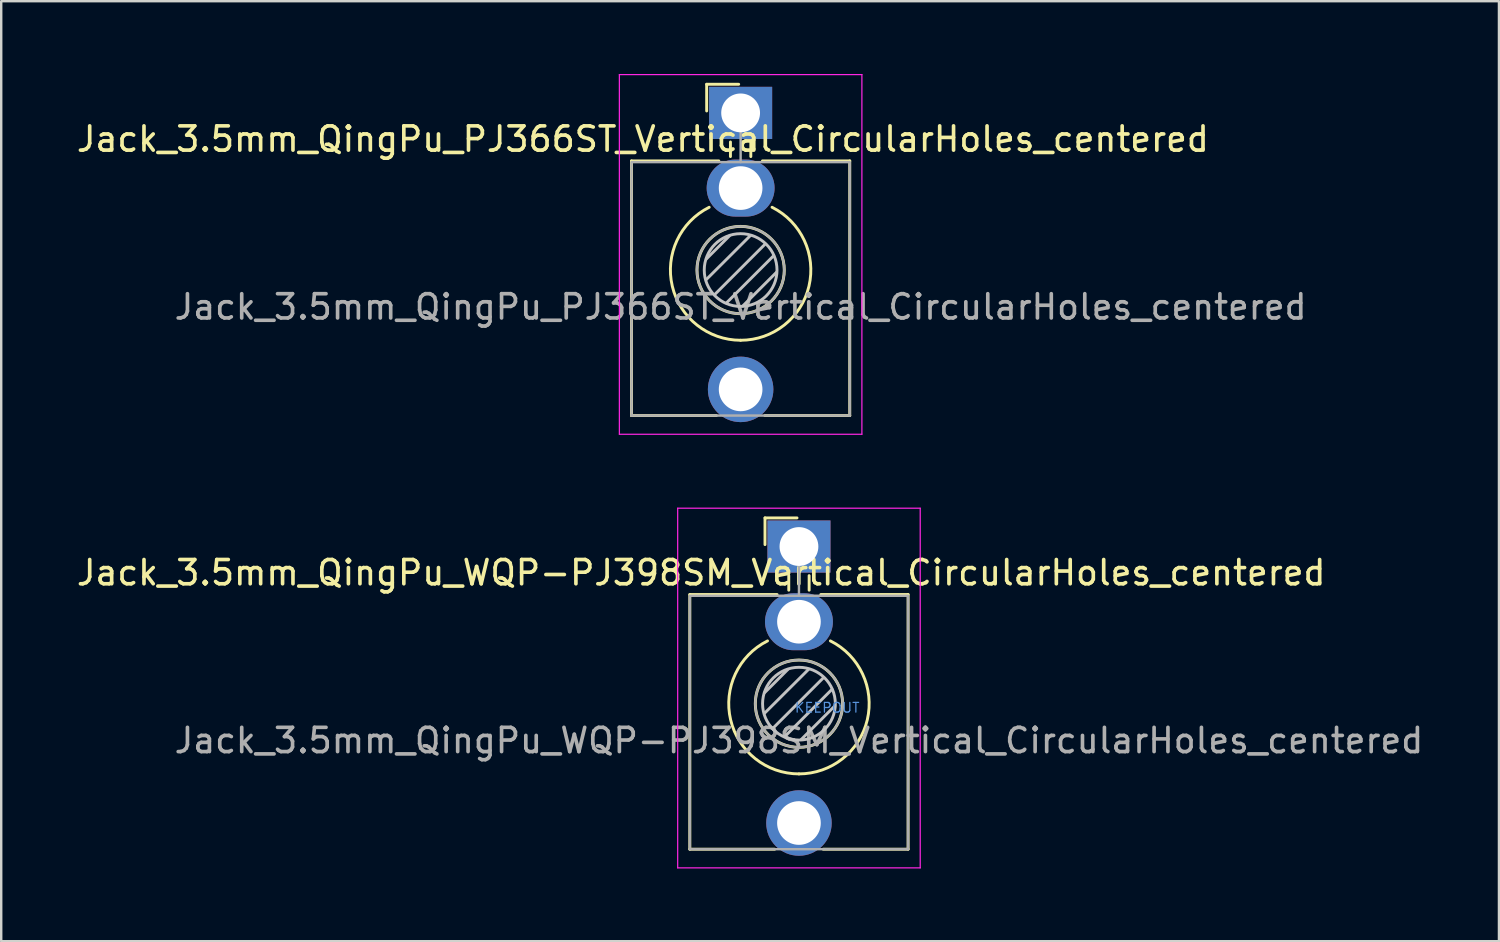
<source format=kicad_pcb>
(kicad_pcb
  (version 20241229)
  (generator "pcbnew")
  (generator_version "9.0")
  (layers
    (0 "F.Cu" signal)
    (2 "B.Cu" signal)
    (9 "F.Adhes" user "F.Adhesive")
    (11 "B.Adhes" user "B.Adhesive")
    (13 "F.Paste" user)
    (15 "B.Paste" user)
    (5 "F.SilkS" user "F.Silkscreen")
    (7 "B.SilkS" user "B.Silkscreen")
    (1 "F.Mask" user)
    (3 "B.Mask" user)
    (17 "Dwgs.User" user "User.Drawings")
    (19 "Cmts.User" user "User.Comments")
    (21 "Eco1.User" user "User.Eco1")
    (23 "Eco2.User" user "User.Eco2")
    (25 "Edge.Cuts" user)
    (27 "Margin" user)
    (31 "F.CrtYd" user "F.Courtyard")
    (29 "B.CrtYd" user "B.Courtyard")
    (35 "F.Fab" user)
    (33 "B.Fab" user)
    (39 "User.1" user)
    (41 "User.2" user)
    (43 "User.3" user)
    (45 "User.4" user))
  (footprint "Jack_3.5mm_QingPu_WQP-PJ398SM_Vertical_CircularHoles_centered"
    (layer "F.Cu")
    (at 29.893 25.985)
    (property "Reference" "Jack_3.5mm_QingPu_WQP-PJ398SM_Vertical_CircularHoles_centered" (at -4.03 -5.42 180) (layer "F.SilkS") (effects (font (size 1 1) (thickness 0.15))))
    (attr through_hole)
    (fp_line (start -4.5 -4.52) (end -4.5 5.98) (stroke (width 0.12) (type solid)) (layer "F.SilkS"))
    (fp_line (start -1.4 -7.68) (end -1.4 -6.58) (stroke (width 0.12) (type solid)) (layer "F.SilkS"))
    (fp_line (start -1.4 -7.68) (end -0.08 -7.68) (stroke (width 0.12) (type solid)) (layer "F.SilkS"))
    (fp_line (start -1 5.98) (end -4.5 5.98) (stroke (width 0.12) (type solid)) (layer "F.SilkS"))
    (fp_line (start -0.9 -4.52) (end -4.5 -4.52) (stroke (width 0.12) (type solid)) (layer "F.SilkS"))
    (fp_line (start -0.42 -5.3) (end -0.42 -4.7) (stroke (width 0.12) (type solid)) (layer "F.SilkS"))
    (fp_line (start 0.42 -5.3) (end 0.42 -4.7) (stroke (width 0.12) (type solid)) (layer "F.SilkS"))
    (fp_line (start 4.5 -4.52) (end 0.9 -4.52) (stroke (width 0.12) (type solid)) (layer "F.SilkS"))
    (fp_line (start 4.5 -4.52) (end 4.5 5.98) (stroke (width 0.12) (type solid)) (layer "F.SilkS"))
    (fp_line (start 4.5 5.98) (end 1 5.98) (stroke (width 0.12) (type solid)) (layer "F.SilkS"))
    (fp_arc (start 0 2.875) (mid -2.817353 0.645994) (end -1.296263 -2.608577) (stroke (width 0.12) (type solid)) (layer "F.SilkS"))
    (fp_arc (start 1.296263 -2.608577) (mid 2.817353 0.645994) (end 0 2.875) (stroke (width 0.12) (type solid)) (layer "F.SilkS"))
    (fp_circle (center 0 -0.02) (end 1.8 -0.02) (stroke (width 0.12) (type solid)) (fill no) (layer "F.SilkS"))
    (fp_line (start -1.42 0.375) (end 0.4 -1.44) (stroke (width 0.12) (type solid)) (layer "Dwgs.User"))
    (fp_line (start -1.41 -0.48) (end -0.46 -1.43) (stroke (width 0.12) (type solid)) (layer "Dwgs.User"))
    (fp_line (start -1.07 0.99) (end 1.01 -1.09) (stroke (width 0.12) (type solid)) (layer "Dwgs.User"))
    (fp_line (start -0.58 1.33) (end 1.36 -0.61) (stroke (width 0.12) (type solid)) (layer "Dwgs.User"))
    (fp_line (start 0.09 1.46) (end 1.48 0.07) (stroke (width 0.12) (type solid)) (layer "Dwgs.User"))
    (fp_circle (center 0 -0.02) (end 1.5 -0.02) (stroke (width 0.12) (type solid)) (fill no) (layer "Dwgs.User"))
    (fp_line (start -5 6.75) (end -5 -8.08) (stroke (width 0.05) (type solid)) (layer "F.CrtYd"))
    (fp_line (start 5 -8.08) (end -5 -8.08) (stroke (width 0.05) (type solid)) (layer "F.CrtYd"))
    (fp_line (start 5 6.75) (end -5 6.75) (stroke (width 0.05) (type solid)) (layer "F.CrtYd"))
    (fp_line (start 5 6.75) (end 5 -8.08) (stroke (width 0.05) (type solid)) (layer "F.CrtYd"))
    (fp_line (start -4.5 5.98) (end -4.5 -4.42) (stroke (width 0.1) (type solid)) (layer "F.Fab"))
    (fp_line (start 0 -6.5) (end 0 -4.47) (stroke (width 0.1) (type solid)) (layer "F.Fab"))
    (fp_line (start 4.5 -4.47) (end -4.5 -4.47) (stroke (width 0.1) (type solid)) (layer "F.Fab"))
    (fp_line (start 4.5 5.98) (end -4.5 5.98) (stroke (width 0.1) (type solid)) (layer "F.Fab"))
    (fp_line (start 4.5 5.98) (end 4.5 -4.42) (stroke (width 0.1) (type solid)) (layer "F.Fab"))
    (fp_circle (center 0 -0.02) (end 1.8 -0.02) (stroke (width 0.1) (type solid)) (fill no) (layer "F.Fab"))
    (fp_text user "KEEPOUT" (at 1.165 0.145 0) (layer "Cmts.User") (effects (font (size 0.4 0.4) (thickness 0.051))))
    (fp_text user "${REFERENCE}" (at 0 1.5 180) (layer "F.Fab") (effects (font (size 1 1) (thickness 0.15))))
    (pad "S" thru_hole rect (at 0 -6.5 180) (size 2.6 2.15) (drill 1.6) (layers "*.Cu" "*.Mask"))
    (pad "T" thru_hole circle (at 0 4.9 180) (size 2.7 2.7) (drill 1.8) (layers "*.Cu" "*.Mask"))
    (pad "TN" thru_hole oval (at 0 -3.4 180) (size 2.8 2.35) (drill 1.8) (layers "*.Cu" "*.Mask")))
  (footprint "Jack_3.5mm_QingPu_PJ366ST_Vertical_CircularHoles_centered"
    (layer "F.Cu")
    (at 27.488 8.105)
    (property "Reference" "Jack_3.5mm_QingPu_PJ366ST_Vertical_CircularHoles_centered" (at -4.03 -5.42 180) (layer "F.SilkS") (effects (font (size 1 1) (thickness 0.15))))
    (attr through_hole)
    (fp_line (start -4.5 -4.52) (end -4.5 5.98) (stroke (width 0.12) (type solid)) (layer "F.SilkS"))
    (fp_line (start -1.4 -7.68) (end -1.4 -6.58) (stroke (width 0.12) (type solid)) (layer "F.SilkS"))
    (fp_line (start -1.4 -7.68) (end -0.08 -7.68) (stroke (width 0.12) (type solid)) (layer "F.SilkS"))
    (fp_line (start -1 5.98) (end -4.5 5.98) (stroke (width 0.12) (type solid)) (layer "F.SilkS"))
    (fp_line (start -0.9 -4.52) (end -4.5 -4.52) (stroke (width 0.12) (type solid)) (layer "F.SilkS"))
    (fp_line (start -0.42 -5.3) (end -0.42 -4.7) (stroke (width 0.12) (type solid)) (layer "F.SilkS"))
    (fp_line (start 0.42 -5.3) (end 0.42 -4.7) (stroke (width 0.12) (type solid)) (layer "F.SilkS"))
    (fp_line (start 4.5 -4.52) (end 0.9 -4.52) (stroke (width 0.12) (type solid)) (layer "F.SilkS"))
    (fp_line (start 4.5 -4.52) (end 4.5 5.98) (stroke (width 0.12) (type solid)) (layer "F.SilkS"))
    (fp_line (start 4.5 5.98) (end 1 5.98) (stroke (width 0.12) (type solid)) (layer "F.SilkS"))
    (fp_arc (start 0 2.875) (mid -2.817353 0.645994) (end -1.296263 -2.608577) (stroke (width 0.12) (type solid)) (layer "F.SilkS"))
    (fp_arc (start 1.296263 -2.608577) (mid 2.817353 0.645994) (end 0 2.875) (stroke (width 0.12) (type solid)) (layer "F.SilkS"))
    (fp_circle (center 0 -0.02) (end 1.8 -0.02) (stroke (width 0.12) (type solid)) (fill no) (layer "F.SilkS"))
    (fp_line (start -1.42 0.375) (end 0.4 -1.44) (stroke (width 0.12) (type solid)) (layer "Dwgs.User"))
    (fp_line (start -1.41 -0.48) (end -0.46 -1.43) (stroke (width 0.12) (type solid)) (layer "Dwgs.User"))
    (fp_line (start -1.07 0.99) (end 1.01 -1.09) (stroke (width 0.12) (type solid)) (layer "Dwgs.User"))
    (fp_line (start -0.58 1.33) (end 1.36 -0.61) (stroke (width 0.12) (type solid)) (layer "Dwgs.User"))
    (fp_line (start 0.09 1.46) (end 1.48 0.07) (stroke (width 0.12) (type solid)) (layer "Dwgs.User"))
    (fp_circle (center 0 -0.02) (end 1.5 -0.02) (stroke (width 0.12) (type solid)) (fill no) (layer "Dwgs.User"))
    (fp_line (start -5 6.75) (end -5 -8.08) (stroke (width 0.05) (type solid)) (layer "F.CrtYd"))
    (fp_line (start 5 -8.08) (end -5 -8.08) (stroke (width 0.05) (type solid)) (layer "F.CrtYd"))
    (fp_line (start 5 6.75) (end -5 6.75) (stroke (width 0.05) (type solid)) (layer "F.CrtYd"))
    (fp_line (start 5 6.75) (end 5 -8.08) (stroke (width 0.05) (type solid)) (layer "F.CrtYd"))
    (fp_line (start -4.5 5.98) (end -4.5 -4.42) (stroke (width 0.1) (type solid)) (layer "F.Fab"))
    (fp_line (start 0 -6.5) (end 0 -4.47) (stroke (width 0.1) (type solid)) (layer "F.Fab"))
    (fp_line (start 4.5 -4.47) (end -4.5 -4.47) (stroke (width 0.1) (type solid)) (layer "F.Fab"))
    (fp_line (start 4.5 5.98) (end -4.5 5.98) (stroke (width 0.1) (type solid)) (layer "F.Fab"))
    (fp_line (start 4.5 5.98) (end 4.5 -4.42) (stroke (width 0.1) (type solid)) (layer "F.Fab"))
    (fp_circle (center 0 -0.02) (end 1.8 -0.02) (stroke (width 0.1) (type solid)) (fill no) (layer "F.Fab"))
    (fp_text user "${REFERENCE}" (at 0 1.5 180) (layer "F.Fab") (effects (font (size 1 1) (thickness 0.15))))
    (pad "R" thru_hole oval (at 0 -3.4 180) (size 2.8 2.35) (drill 1.8) (layers "*.Cu" "*.Mask"))
    (pad "S" thru_hole rect (at 0 -6.5 180) (size 2.6 2.15) (drill 1.6) (layers "*.Cu" "*.Mask"))
    (pad "T" thru_hole circle (at 0 4.9 180) (size 2.7 2.7) (drill 1.8) (layers "*.Cu" "*.Mask")))
  (gr_rect
    (start -3 -3)
    (end 58.756 35.76)
    (stroke (width 0.1) (type default))
    (fill no)
    (layer "Edge.Cuts")))
</source>
